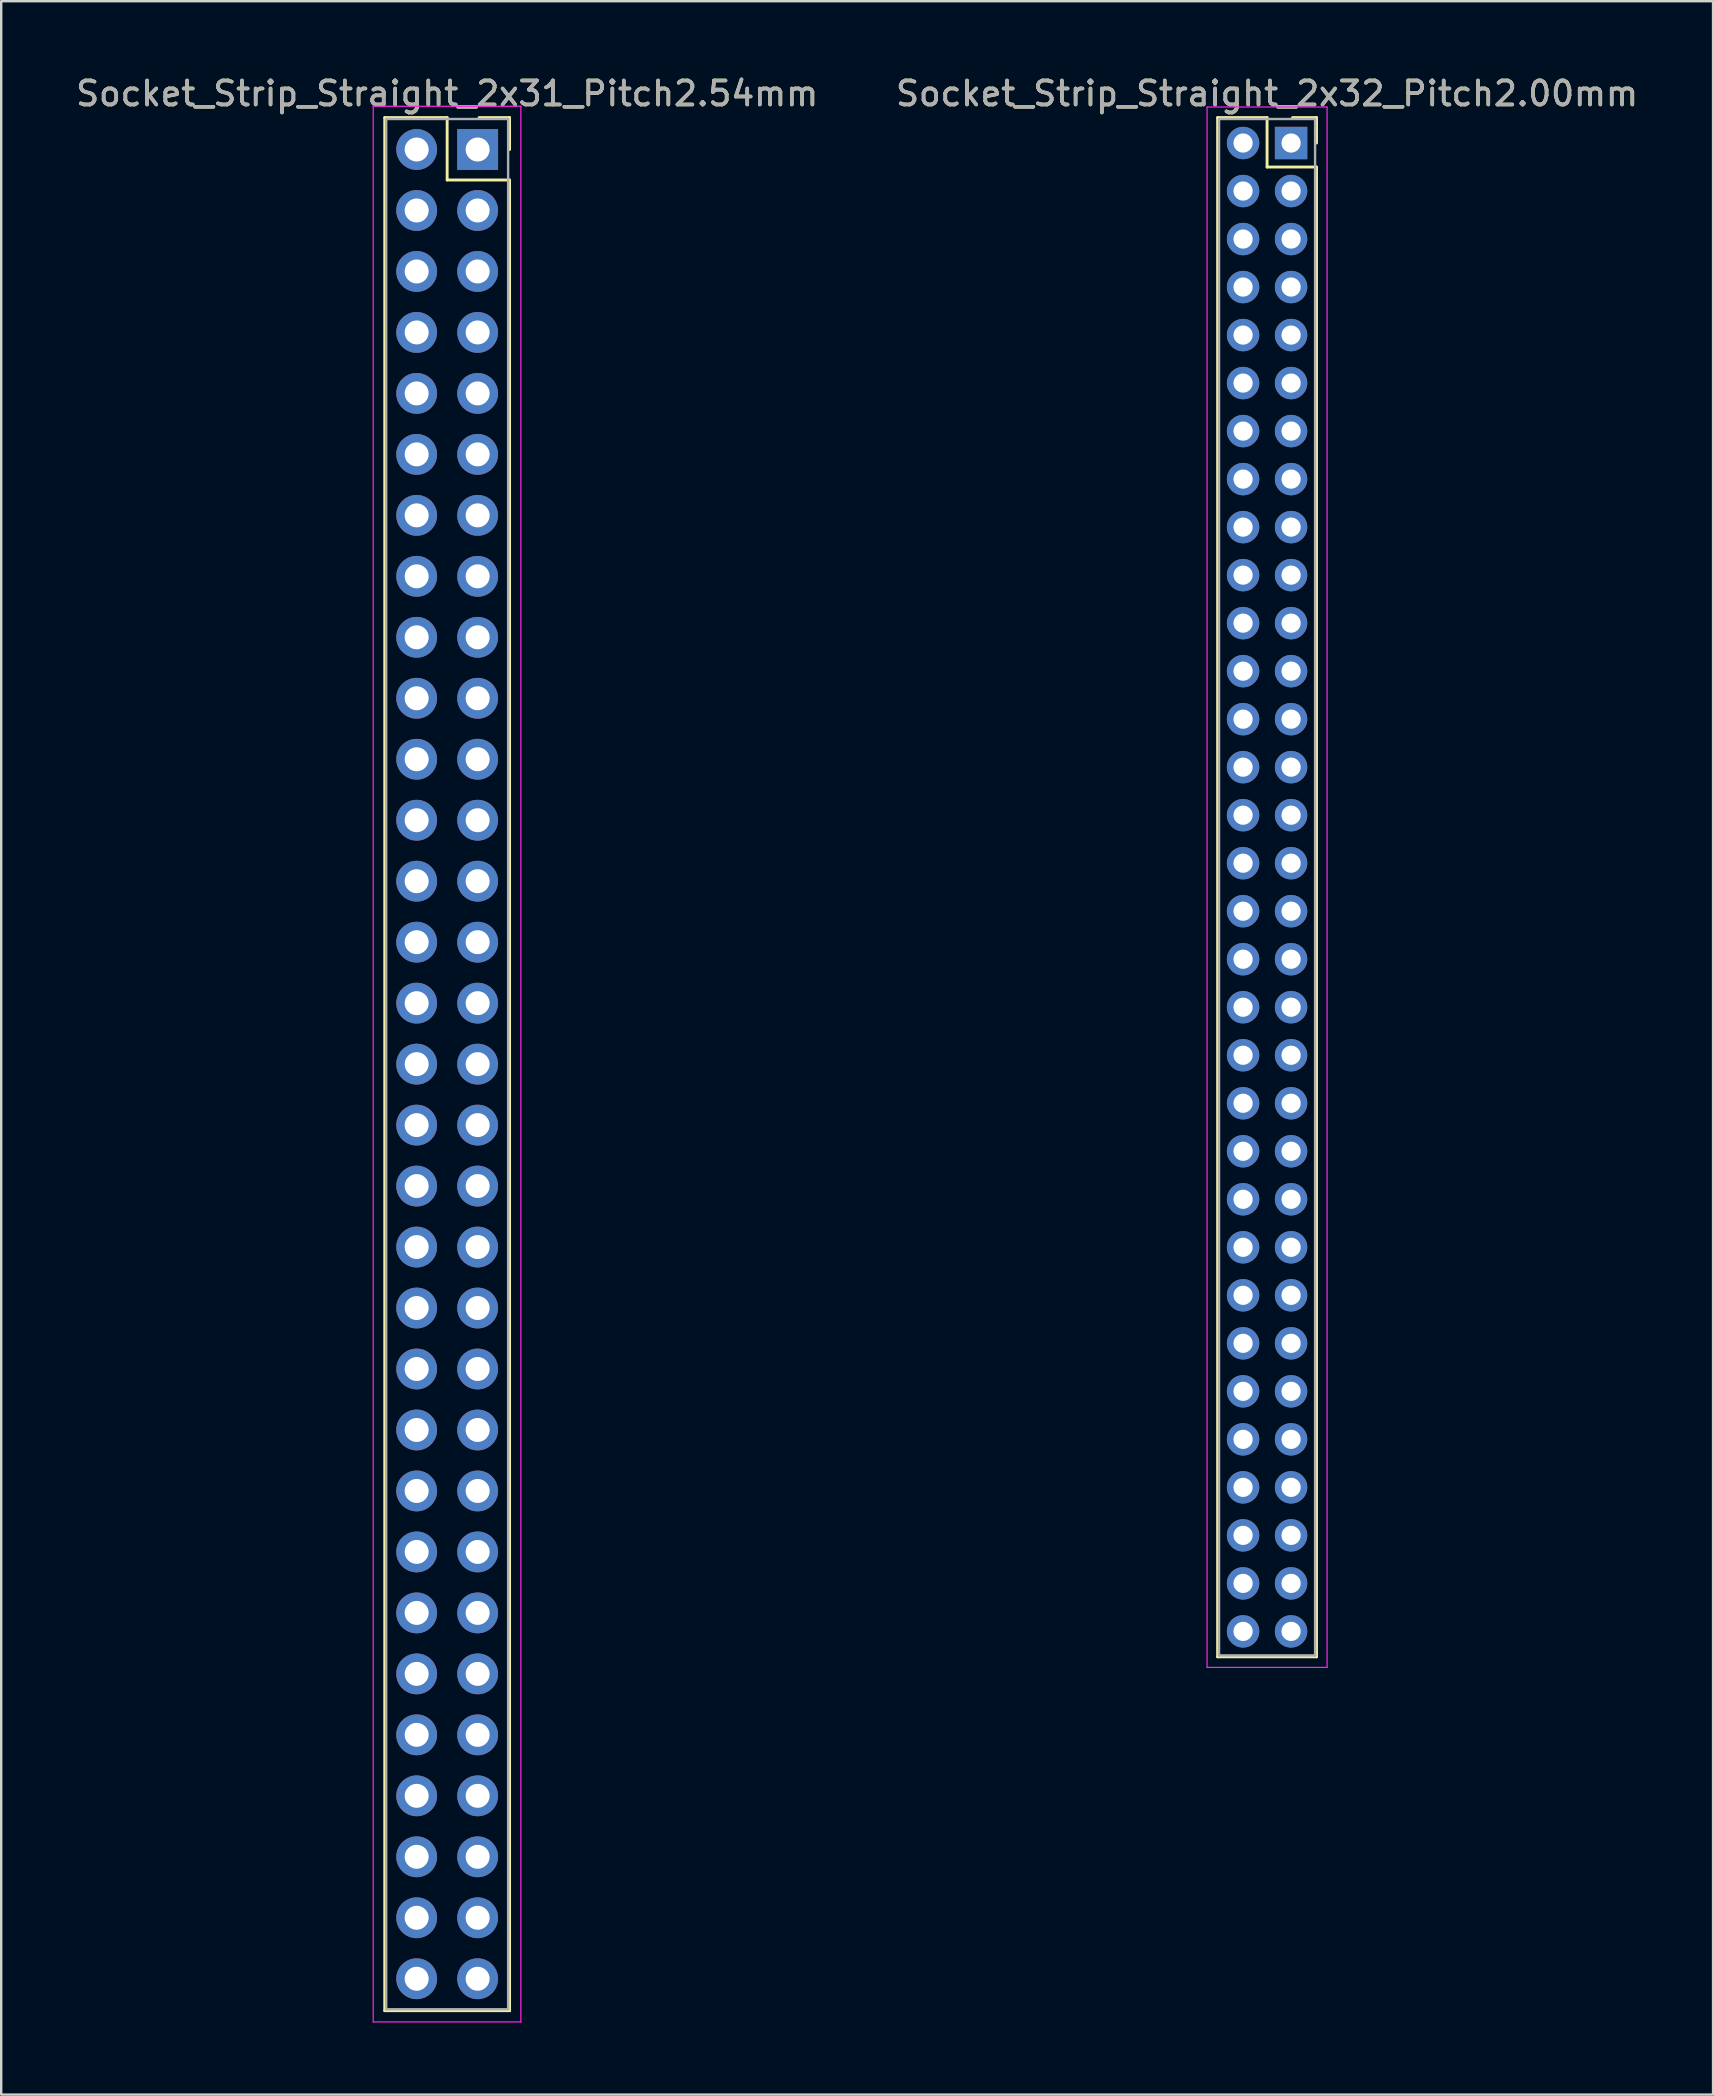
<source format=kicad_pcb>
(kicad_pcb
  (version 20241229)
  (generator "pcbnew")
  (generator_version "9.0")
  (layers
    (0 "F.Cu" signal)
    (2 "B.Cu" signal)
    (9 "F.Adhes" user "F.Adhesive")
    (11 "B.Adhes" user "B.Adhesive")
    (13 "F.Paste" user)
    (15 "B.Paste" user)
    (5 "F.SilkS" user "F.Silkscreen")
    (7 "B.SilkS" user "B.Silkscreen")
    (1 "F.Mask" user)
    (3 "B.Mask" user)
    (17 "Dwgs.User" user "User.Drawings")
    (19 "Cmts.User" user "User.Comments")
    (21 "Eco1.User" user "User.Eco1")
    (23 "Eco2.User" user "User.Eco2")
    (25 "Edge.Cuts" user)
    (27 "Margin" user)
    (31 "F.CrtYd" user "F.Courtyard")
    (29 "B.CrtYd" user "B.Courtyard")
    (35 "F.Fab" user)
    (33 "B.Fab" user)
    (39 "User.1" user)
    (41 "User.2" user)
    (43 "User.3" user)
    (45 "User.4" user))
  (footprint "Socket_Strip_Straight_2x32_Pitch2.00mm"
    (layer "F.Cu")
    (at 50.732 2.908)
    (property "Reference" "Socket_Strip_Straight_2x32_Pitch2.00mm" (at -1 -2.06 0) (layer "F.SilkS") (effects (font (size 1 1) (thickness 0.15))))
    (attr through_hole)
    (fp_line (start -3.06 -1.06) (end -1 -1.06) (stroke (width 0.12) (type solid)) (layer "F.SilkS"))
    (fp_line (start -3.06 63.06) (end -3.06 -1.06) (stroke (width 0.12) (type solid)) (layer "F.SilkS"))
    (fp_line (start -1 -1.06) (end -1 1) (stroke (width 0.12) (type solid)) (layer "F.SilkS"))
    (fp_line (start -1 1) (end 1.06 1) (stroke (width 0.12) (type solid)) (layer "F.SilkS"))
    (fp_line (start 1.06 -1.06) (end 0.06 -1.06) (stroke (width 0.12) (type solid)) (layer "F.SilkS"))
    (fp_line (start 1.06 0) (end 1.06 -1.06) (stroke (width 0.12) (type solid)) (layer "F.SilkS"))
    (fp_line (start 1.06 1) (end 1.06 63.06) (stroke (width 0.12) (type solid)) (layer "F.SilkS"))
    (fp_line (start 1.06 63.06) (end -3.06 63.06) (stroke (width 0.12) (type solid)) (layer "F.SilkS"))
    (fp_line (start -3.5 -1.5) (end -3.5 63.5) (stroke (width 0.05) (type solid)) (layer "F.CrtYd"))
    (fp_line (start -3.5 63.5) (end 1.5 63.5) (stroke (width 0.05) (type solid)) (layer "F.CrtYd"))
    (fp_line (start 1.5 -1.5) (end -3.5 -1.5) (stroke (width 0.05) (type solid)) (layer "F.CrtYd"))
    (fp_line (start 1.5 63.5) (end 1.5 -1.5) (stroke (width 0.05) (type solid)) (layer "F.CrtYd"))
    (fp_line (start -3 -1) (end -3 63) (stroke (width 0.1) (type solid)) (layer "F.Fab"))
    (fp_line (start -3 63) (end 1 63) (stroke (width 0.1) (type solid)) (layer "F.Fab"))
    (fp_line (start 1 -1) (end -3 -1) (stroke (width 0.1) (type solid)) (layer "F.Fab"))
    (fp_line (start 1 63) (end 1 -1) (stroke (width 0.1) (type solid)) (layer "F.Fab"))
    (fp_text user "${REFERENCE}" (at -1 -2.06 0) (layer "F.Fab") (effects (font (size 1 1) (thickness 0.15))))
    (pad "1" thru_hole rect (at 0 0) (size 1.35 1.35) (drill 0.8) (layers "*.Cu" "*.Mask"))
    (pad "2" thru_hole oval (at -2 0) (size 1.35 1.35) (drill 0.8) (layers "*.Cu" "*.Mask"))
    (pad "3" thru_hole oval (at 0 2) (size 1.35 1.35) (drill 0.8) (layers "*.Cu" "*.Mask"))
    (pad "4" thru_hole oval (at -2 2) (size 1.35 1.35) (drill 0.8) (layers "*.Cu" "*.Mask"))
    (pad "5" thru_hole oval (at 0 4) (size 1.35 1.35) (drill 0.8) (layers "*.Cu" "*.Mask"))
    (pad "6" thru_hole oval (at -2 4) (size 1.35 1.35) (drill 0.8) (layers "*.Cu" "*.Mask"))
    (pad "7" thru_hole oval (at 0 6) (size 1.35 1.35) (drill 0.8) (layers "*.Cu" "*.Mask"))
    (pad "8" thru_hole oval (at -2 6) (size 1.35 1.35) (drill 0.8) (layers "*.Cu" "*.Mask"))
    (pad "9" thru_hole oval (at 0 8) (size 1.35 1.35) (drill 0.8) (layers "*.Cu" "*.Mask"))
    (pad "10" thru_hole oval (at -2 8) (size 1.35 1.35) (drill 0.8) (layers "*.Cu" "*.Mask"))
    (pad "11" thru_hole oval (at 0 10) (size 1.35 1.35) (drill 0.8) (layers "*.Cu" "*.Mask"))
    (pad "12" thru_hole oval (at -2 10) (size 1.35 1.35) (drill 0.8) (layers "*.Cu" "*.Mask"))
    (pad "13" thru_hole oval (at 0 12) (size 1.35 1.35) (drill 0.8) (layers "*.Cu" "*.Mask"))
    (pad "14" thru_hole oval (at -2 12) (size 1.35 1.35) (drill 0.8) (layers "*.Cu" "*.Mask"))
    (pad "15" thru_hole oval (at 0 14) (size 1.35 1.35) (drill 0.8) (layers "*.Cu" "*.Mask"))
    (pad "16" thru_hole oval (at -2 14) (size 1.35 1.35) (drill 0.8) (layers "*.Cu" "*.Mask"))
    (pad "17" thru_hole oval (at 0 16) (size 1.35 1.35) (drill 0.8) (layers "*.Cu" "*.Mask"))
    (pad "18" thru_hole oval (at -2 16) (size 1.35 1.35) (drill 0.8) (layers "*.Cu" "*.Mask"))
    (pad "19" thru_hole oval (at 0 18) (size 1.35 1.35) (drill 0.8) (layers "*.Cu" "*.Mask"))
    (pad "20" thru_hole oval (at -2 18) (size 1.35 1.35) (drill 0.8) (layers "*.Cu" "*.Mask"))
    (pad "21" thru_hole oval (at 0 20) (size 1.35 1.35) (drill 0.8) (layers "*.Cu" "*.Mask"))
    (pad "22" thru_hole oval (at -2 20) (size 1.35 1.35) (drill 0.8) (layers "*.Cu" "*.Mask"))
    (pad "23" thru_hole oval (at 0 22) (size 1.35 1.35) (drill 0.8) (layers "*.Cu" "*.Mask"))
    (pad "24" thru_hole oval (at -2 22) (size 1.35 1.35) (drill 0.8) (layers "*.Cu" "*.Mask"))
    (pad "25" thru_hole oval (at 0 24) (size 1.35 1.35) (drill 0.8) (layers "*.Cu" "*.Mask"))
    (pad "26" thru_hole oval (at -2 24) (size 1.35 1.35) (drill 0.8) (layers "*.Cu" "*.Mask"))
    (pad "27" thru_hole oval (at 0 26) (size 1.35 1.35) (drill 0.8) (layers "*.Cu" "*.Mask"))
    (pad "28" thru_hole oval (at -2 26) (size 1.35 1.35) (drill 0.8) (layers "*.Cu" "*.Mask"))
    (pad "29" thru_hole oval (at 0 28) (size 1.35 1.35) (drill 0.8) (layers "*.Cu" "*.Mask"))
    (pad "30" thru_hole oval (at -2 28) (size 1.35 1.35) (drill 0.8) (layers "*.Cu" "*.Mask"))
    (pad "31" thru_hole oval (at 0 30) (size 1.35 1.35) (drill 0.8) (layers "*.Cu" "*.Mask"))
    (pad "32" thru_hole oval (at -2 30) (size 1.35 1.35) (drill 0.8) (layers "*.Cu" "*.Mask"))
    (pad "33" thru_hole oval (at 0 32) (size 1.35 1.35) (drill 0.8) (layers "*.Cu" "*.Mask"))
    (pad "34" thru_hole oval (at -2 32) (size 1.35 1.35) (drill 0.8) (layers "*.Cu" "*.Mask"))
    (pad "35" thru_hole oval (at 0 34) (size 1.35 1.35) (drill 0.8) (layers "*.Cu" "*.Mask"))
    (pad "36" thru_hole oval (at -2 34) (size 1.35 1.35) (drill 0.8) (layers "*.Cu" "*.Mask"))
    (pad "37" thru_hole oval (at 0 36) (size 1.35 1.35) (drill 0.8) (layers "*.Cu" "*.Mask"))
    (pad "38" thru_hole oval (at -2 36) (size 1.35 1.35) (drill 0.8) (layers "*.Cu" "*.Mask"))
    (pad "39" thru_hole oval (at 0 38) (size 1.35 1.35) (drill 0.8) (layers "*.Cu" "*.Mask"))
    (pad "40" thru_hole oval (at -2 38) (size 1.35 1.35) (drill 0.8) (layers "*.Cu" "*.Mask"))
    (pad "41" thru_hole oval (at 0 40) (size 1.35 1.35) (drill 0.8) (layers "*.Cu" "*.Mask"))
    (pad "42" thru_hole oval (at -2 40) (size 1.35 1.35) (drill 0.8) (layers "*.Cu" "*.Mask"))
    (pad "43" thru_hole oval (at 0 42) (size 1.35 1.35) (drill 0.8) (layers "*.Cu" "*.Mask"))
    (pad "44" thru_hole oval (at -2 42) (size 1.35 1.35) (drill 0.8) (layers "*.Cu" "*.Mask"))
    (pad "45" thru_hole oval (at 0 44) (size 1.35 1.35) (drill 0.8) (layers "*.Cu" "*.Mask"))
    (pad "46" thru_hole oval (at -2 44) (size 1.35 1.35) (drill 0.8) (layers "*.Cu" "*.Mask"))
    (pad "47" thru_hole oval (at 0 46) (size 1.35 1.35) (drill 0.8) (layers "*.Cu" "*.Mask"))
    (pad "48" thru_hole oval (at -2 46) (size 1.35 1.35) (drill 0.8) (layers "*.Cu" "*.Mask"))
    (pad "49" thru_hole oval (at 0 48) (size 1.35 1.35) (drill 0.8) (layers "*.Cu" "*.Mask"))
    (pad "50" thru_hole oval (at -2 48) (size 1.35 1.35) (drill 0.8) (layers "*.Cu" "*.Mask"))
    (pad "51" thru_hole oval (at 0 50) (size 1.35 1.35) (drill 0.8) (layers "*.Cu" "*.Mask"))
    (pad "52" thru_hole oval (at -2 50) (size 1.35 1.35) (drill 0.8) (layers "*.Cu" "*.Mask"))
    (pad "53" thru_hole oval (at 0 52) (size 1.35 1.35) (drill 0.8) (layers "*.Cu" "*.Mask"))
    (pad "54" thru_hole oval (at -2 52) (size 1.35 1.35) (drill 0.8) (layers "*.Cu" "*.Mask"))
    (pad "55" thru_hole oval (at 0 54) (size 1.35 1.35) (drill 0.8) (layers "*.Cu" "*.Mask"))
    (pad "56" thru_hole oval (at -2 54) (size 1.35 1.35) (drill 0.8) (layers "*.Cu" "*.Mask"))
    (pad "57" thru_hole oval (at 0 56) (size 1.35 1.35) (drill 0.8) (layers "*.Cu" "*.Mask"))
    (pad "58" thru_hole oval (at -2 56) (size 1.35 1.35) (drill 0.8) (layers "*.Cu" "*.Mask"))
    (pad "59" thru_hole oval (at 0 58) (size 1.35 1.35) (drill 0.8) (layers "*.Cu" "*.Mask"))
    (pad "60" thru_hole oval (at -2 58) (size 1.35 1.35) (drill 0.8) (layers "*.Cu" "*.Mask"))
    (pad "61" thru_hole oval (at 0 60) (size 1.35 1.35) (drill 0.8) (layers "*.Cu" "*.Mask"))
    (pad "62" thru_hole oval (at -2 60) (size 1.35 1.35) (drill 0.8) (layers "*.Cu" "*.Mask"))
    (pad "63" thru_hole oval (at 0 62) (size 1.35 1.35) (drill 0.8) (layers "*.Cu" "*.Mask"))
    (pad "64" thru_hole oval (at -2 62) (size 1.35 1.35) (drill 0.8) (layers "*.Cu" "*.Mask")))
  (footprint "Socket_Strip_Straight_2x31_Pitch2.54mm"
    (layer "F.Cu")
    (at 16.847 3.178)
    (property "Reference" "Socket_Strip_Straight_2x31_Pitch2.54mm" (at -1.27 -2.33 0) (layer "F.SilkS") (effects (font (size 1 1) (thickness 0.15))))
    (attr through_hole)
    (fp_line (start -3.87 -1.33) (end -1.27 -1.33) (stroke (width 0.12) (type solid)) (layer "F.SilkS"))
    (fp_line (start -3.87 77.53) (end -3.87 -1.33) (stroke (width 0.12) (type solid)) (layer "F.SilkS"))
    (fp_line (start -1.27 -1.33) (end -1.27 1.27) (stroke (width 0.12) (type solid)) (layer "F.SilkS"))
    (fp_line (start -1.27 1.27) (end 1.33 1.27) (stroke (width 0.12) (type solid)) (layer "F.SilkS"))
    (fp_line (start 1.33 -1.33) (end 0.06 -1.33) (stroke (width 0.12) (type solid)) (layer "F.SilkS"))
    (fp_line (start 1.33 0) (end 1.33 -1.33) (stroke (width 0.12) (type solid)) (layer "F.SilkS"))
    (fp_line (start 1.33 1.27) (end 1.33 77.53) (stroke (width 0.12) (type solid)) (layer "F.SilkS"))
    (fp_line (start 1.33 77.53) (end -3.87 77.53) (stroke (width 0.12) (type solid)) (layer "F.SilkS"))
    (fp_line (start -4.35 -1.8) (end -4.35 78) (stroke (width 0.05) (type solid)) (layer "F.CrtYd"))
    (fp_line (start -4.35 78) (end 1.8 78) (stroke (width 0.05) (type solid)) (layer "F.CrtYd"))
    (fp_line (start 1.8 -1.8) (end -4.35 -1.8) (stroke (width 0.05) (type solid)) (layer "F.CrtYd"))
    (fp_line (start 1.8 78) (end 1.8 -1.8) (stroke (width 0.05) (type solid)) (layer "F.CrtYd"))
    (fp_line (start -3.81 -1.27) (end -3.81 77.47) (stroke (width 0.1) (type solid)) (layer "F.Fab"))
    (fp_line (start -3.81 77.47) (end 1.27 77.47) (stroke (width 0.1) (type solid)) (layer "F.Fab"))
    (fp_line (start 1.27 -1.27) (end -3.81 -1.27) (stroke (width 0.1) (type solid)) (layer "F.Fab"))
    (fp_line (start 1.27 77.47) (end 1.27 -1.27) (stroke (width 0.1) (type solid)) (layer "F.Fab"))
    (fp_text user "${REFERENCE}" (at -1.27 -2.33 0) (layer "F.Fab") (effects (font (size 1 1) (thickness 0.15))))
    (pad "1" thru_hole rect (at 0 0) (size 1.7 1.7) (drill 1) (layers "*.Cu" "*.Mask"))
    (pad "2" thru_hole oval (at -2.54 0) (size 1.7 1.7) (drill 1) (layers "*.Cu" "*.Mask"))
    (pad "3" thru_hole oval (at 0 2.54) (size 1.7 1.7) (drill 1) (layers "*.Cu" "*.Mask"))
    (pad "4" thru_hole oval (at -2.54 2.54) (size 1.7 1.7) (drill 1) (layers "*.Cu" "*.Mask"))
    (pad "5" thru_hole oval (at 0 5.08) (size 1.7 1.7) (drill 1) (layers "*.Cu" "*.Mask"))
    (pad "6" thru_hole oval (at -2.54 5.08) (size 1.7 1.7) (drill 1) (layers "*.Cu" "*.Mask"))
    (pad "7" thru_hole oval (at 0 7.62) (size 1.7 1.7) (drill 1) (layers "*.Cu" "*.Mask"))
    (pad "8" thru_hole oval (at -2.54 7.62) (size 1.7 1.7) (drill 1) (layers "*.Cu" "*.Mask"))
    (pad "9" thru_hole oval (at 0 10.16) (size 1.7 1.7) (drill 1) (layers "*.Cu" "*.Mask"))
    (pad "10" thru_hole oval (at -2.54 10.16) (size 1.7 1.7) (drill 1) (layers "*.Cu" "*.Mask"))
    (pad "11" thru_hole oval (at 0 12.7) (size 1.7 1.7) (drill 1) (layers "*.Cu" "*.Mask"))
    (pad "12" thru_hole oval (at -2.54 12.7) (size 1.7 1.7) (drill 1) (layers "*.Cu" "*.Mask"))
    (pad "13" thru_hole oval (at 0 15.24) (size 1.7 1.7) (drill 1) (layers "*.Cu" "*.Mask"))
    (pad "14" thru_hole oval (at -2.54 15.24) (size 1.7 1.7) (drill 1) (layers "*.Cu" "*.Mask"))
    (pad "15" thru_hole oval (at 0 17.78) (size 1.7 1.7) (drill 1) (layers "*.Cu" "*.Mask"))
    (pad "16" thru_hole oval (at -2.54 17.78) (size 1.7 1.7) (drill 1) (layers "*.Cu" "*.Mask"))
    (pad "17" thru_hole oval (at 0 20.32) (size 1.7 1.7) (drill 1) (layers "*.Cu" "*.Mask"))
    (pad "18" thru_hole oval (at -2.54 20.32) (size 1.7 1.7) (drill 1) (layers "*.Cu" "*.Mask"))
    (pad "19" thru_hole oval (at 0 22.86) (size 1.7 1.7) (drill 1) (layers "*.Cu" "*.Mask"))
    (pad "20" thru_hole oval (at -2.54 22.86) (size 1.7 1.7) (drill 1) (layers "*.Cu" "*.Mask"))
    (pad "21" thru_hole oval (at 0 25.4) (size 1.7 1.7) (drill 1) (layers "*.Cu" "*.Mask"))
    (pad "22" thru_hole oval (at -2.54 25.4) (size 1.7 1.7) (drill 1) (layers "*.Cu" "*.Mask"))
    (pad "23" thru_hole oval (at 0 27.94) (size 1.7 1.7) (drill 1) (layers "*.Cu" "*.Mask"))
    (pad "24" thru_hole oval (at -2.54 27.94) (size 1.7 1.7) (drill 1) (layers "*.Cu" "*.Mask"))
    (pad "25" thru_hole oval (at 0 30.48) (size 1.7 1.7) (drill 1) (layers "*.Cu" "*.Mask"))
    (pad "26" thru_hole oval (at -2.54 30.48) (size 1.7 1.7) (drill 1) (layers "*.Cu" "*.Mask"))
    (pad "27" thru_hole oval (at 0 33.02) (size 1.7 1.7) (drill 1) (layers "*.Cu" "*.Mask"))
    (pad "28" thru_hole oval (at -2.54 33.02) (size 1.7 1.7) (drill 1) (layers "*.Cu" "*.Mask"))
    (pad "29" thru_hole oval (at 0 35.56) (size 1.7 1.7) (drill 1) (layers "*.Cu" "*.Mask"))
    (pad "30" thru_hole oval (at -2.54 35.56) (size 1.7 1.7) (drill 1) (layers "*.Cu" "*.Mask"))
    (pad "31" thru_hole oval (at 0 38.1) (size 1.7 1.7) (drill 1) (layers "*.Cu" "*.Mask"))
    (pad "32" thru_hole oval (at -2.54 38.1) (size 1.7 1.7) (drill 1) (layers "*.Cu" "*.Mask"))
    (pad "33" thru_hole oval (at 0 40.64) (size 1.7 1.7) (drill 1) (layers "*.Cu" "*.Mask"))
    (pad "34" thru_hole oval (at -2.54 40.64) (size 1.7 1.7) (drill 1) (layers "*.Cu" "*.Mask"))
    (pad "35" thru_hole oval (at 0 43.18) (size 1.7 1.7) (drill 1) (layers "*.Cu" "*.Mask"))
    (pad "36" thru_hole oval (at -2.54 43.18) (size 1.7 1.7) (drill 1) (layers "*.Cu" "*.Mask"))
    (pad "37" thru_hole oval (at 0 45.72) (size 1.7 1.7) (drill 1) (layers "*.Cu" "*.Mask"))
    (pad "38" thru_hole oval (at -2.54 45.72) (size 1.7 1.7) (drill 1) (layers "*.Cu" "*.Mask"))
    (pad "39" thru_hole oval (at 0 48.26) (size 1.7 1.7) (drill 1) (layers "*.Cu" "*.Mask"))
    (pad "40" thru_hole oval (at -2.54 48.26) (size 1.7 1.7) (drill 1) (layers "*.Cu" "*.Mask"))
    (pad "41" thru_hole oval (at 0 50.8) (size 1.7 1.7) (drill 1) (layers "*.Cu" "*.Mask"))
    (pad "42" thru_hole oval (at -2.54 50.8) (size 1.7 1.7) (drill 1) (layers "*.Cu" "*.Mask"))
    (pad "43" thru_hole oval (at 0 53.34) (size 1.7 1.7) (drill 1) (layers "*.Cu" "*.Mask"))
    (pad "44" thru_hole oval (at -2.54 53.34) (size 1.7 1.7) (drill 1) (layers "*.Cu" "*.Mask"))
    (pad "45" thru_hole oval (at 0 55.88) (size 1.7 1.7) (drill 1) (layers "*.Cu" "*.Mask"))
    (pad "46" thru_hole oval (at -2.54 55.88) (size 1.7 1.7) (drill 1) (layers "*.Cu" "*.Mask"))
    (pad "47" thru_hole oval (at 0 58.42) (size 1.7 1.7) (drill 1) (layers "*.Cu" "*.Mask"))
    (pad "48" thru_hole oval (at -2.54 58.42) (size 1.7 1.7) (drill 1) (layers "*.Cu" "*.Mask"))
    (pad "49" thru_hole oval (at 0 60.96) (size 1.7 1.7) (drill 1) (layers "*.Cu" "*.Mask"))
    (pad "50" thru_hole oval (at -2.54 60.96) (size 1.7 1.7) (drill 1) (layers "*.Cu" "*.Mask"))
    (pad "51" thru_hole oval (at 0 63.5) (size 1.7 1.7) (drill 1) (layers "*.Cu" "*.Mask"))
    (pad "52" thru_hole oval (at -2.54 63.5) (size 1.7 1.7) (drill 1) (layers "*.Cu" "*.Mask"))
    (pad "53" thru_hole oval (at 0 66.04) (size 1.7 1.7) (drill 1) (layers "*.Cu" "*.Mask"))
    (pad "54" thru_hole oval (at -2.54 66.04) (size 1.7 1.7) (drill 1) (layers "*.Cu" "*.Mask"))
    (pad "55" thru_hole oval (at 0 68.58) (size 1.7 1.7) (drill 1) (layers "*.Cu" "*.Mask"))
    (pad "56" thru_hole oval (at -2.54 68.58) (size 1.7 1.7) (drill 1) (layers "*.Cu" "*.Mask"))
    (pad "57" thru_hole oval (at 0 71.12) (size 1.7 1.7) (drill 1) (layers "*.Cu" "*.Mask"))
    (pad "58" thru_hole oval (at -2.54 71.12) (size 1.7 1.7) (drill 1) (layers "*.Cu" "*.Mask"))
    (pad "59" thru_hole oval (at 0 73.66) (size 1.7 1.7) (drill 1) (layers "*.Cu" "*.Mask"))
    (pad "60" thru_hole oval (at -2.54 73.66) (size 1.7 1.7) (drill 1) (layers "*.Cu" "*.Mask"))
    (pad "61" thru_hole oval (at 0 76.2) (size 1.7 1.7) (drill 1) (layers "*.Cu" "*.Mask"))
    (pad "62" thru_hole oval (at -2.54 76.2) (size 1.7 1.7) (drill 1) (layers "*.Cu" "*.Mask")))
  (gr_rect
    (start -3 -3)
    (end 68.31 84.203)
    (stroke (width 0.1) (type default))
    (fill no)
    (layer "Edge.Cuts")))
</source>
